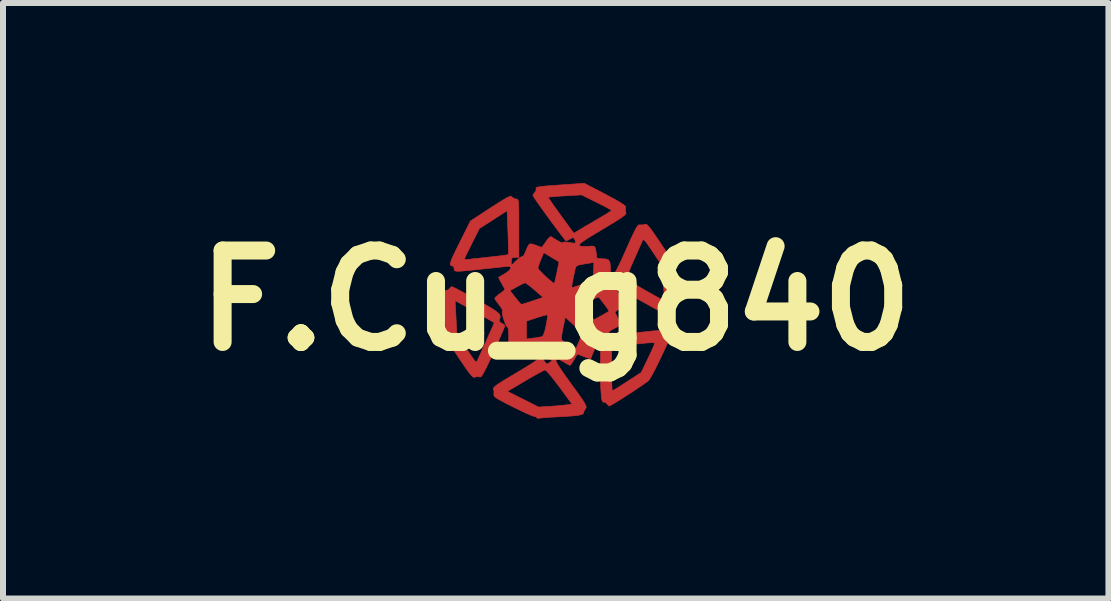
<source format=kicad_pcb>
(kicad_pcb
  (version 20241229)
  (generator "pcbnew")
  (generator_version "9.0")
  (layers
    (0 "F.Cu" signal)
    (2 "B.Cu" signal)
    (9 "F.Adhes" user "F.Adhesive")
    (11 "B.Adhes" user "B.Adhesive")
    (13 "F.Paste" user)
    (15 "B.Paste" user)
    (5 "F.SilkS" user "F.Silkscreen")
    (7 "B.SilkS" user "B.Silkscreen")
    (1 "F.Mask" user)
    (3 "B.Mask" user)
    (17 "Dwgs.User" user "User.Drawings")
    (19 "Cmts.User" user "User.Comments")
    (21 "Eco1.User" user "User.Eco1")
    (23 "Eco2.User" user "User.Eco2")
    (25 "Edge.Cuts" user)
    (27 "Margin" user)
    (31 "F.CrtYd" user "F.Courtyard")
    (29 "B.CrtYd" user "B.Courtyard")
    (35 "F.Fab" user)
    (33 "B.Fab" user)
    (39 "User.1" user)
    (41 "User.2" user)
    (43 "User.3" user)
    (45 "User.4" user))
  (footprint "F.Cu_g840"
    (layer "F.Cu")
    (at 6.212 1.96)
    (property "Reference" "F.Cu_g840" (at 0 0 0) (layer "F.SilkS") (effects (font (size 1.524 1.524) (thickness 0.3))))
    (attr through_hole)
    (fp_poly (pts (xy -1.705 -0.222) (xy -1.648 -0.194) (xy -1.567 -0.151) (xy -1.465 -0.096) (xy -1.351 -0.033) (xy -1.312 -0.011) (xy -1.179 0.064) (xy -1.078 0.123) (xy -1.006 0.169) (xy -0.959 0.205) (xy -0.934 0.235) (xy -0.925 0.262) (xy -0.929 0.29) (xy -0.94 0.319) (xy -0.936 0.352) (xy -0.9 0.377) (xy -0.861 0.4) (xy -0.847 0.418) (xy -0.855 0.442) (xy -0.878 0.498) (xy -0.914 0.581) (xy -0.959 0.686) (xy -1.012 0.806) (xy -1.036 0.858) (xy -1.109 1.018) (xy -1.168 1.14) (xy -1.212 1.223) (xy -1.241 1.266) (xy -1.253 1.273) (xy -1.316 1.267) (xy -1.356 1.279) (xy -1.375 1.275) (xy -1.403 1.25) (xy -1.445 1.2) (xy -1.502 1.121) (xy -1.577 1.01) (xy -1.597 0.982) (xy -1.664 0.879) (xy -1.723 0.789) (xy -1.769 0.716) (xy -1.798 0.666) (xy -1.807 0.647) (xy -1.821 0.608) (xy -1.824 0.603) (xy -1.829 0.576) (xy -1.834 0.514) (xy -1.841 0.424) (xy -1.847 0.313) (xy -1.851 0.206) (xy -1.857 0.072) (xy -1.859 -0.000273) (xy -1.677 -0.000273) (xy -1.662 0.28) (xy -1.648 0.561) (xy -1.487 0.804) (xy -1.423 0.9) (xy -1.378 0.965) (xy -1.348 1.003) (xy -1.328 1.019) (xy -1.316 1.015) (xy -1.305 0.998) (xy -1.304 0.995) (xy -1.287 0.958) (xy -1.256 0.89) (xy -1.216 0.801) (xy -1.17 0.698) (xy -1.151 0.657) (xy -1.106 0.556) (xy -1.068 0.471) (xy -1.04 0.407) (xy -1.026 0.372) (xy -1.024 0.368) (xy -1.042 0.357) (xy -1.092 0.329) (xy -1.166 0.287) (xy -1.259 0.234) (xy -1.352 0.182) (xy -1.677 -0.000273) (xy -1.859 -0.000273) (xy -1.86 -0.026) (xy -1.86 -0.093) (xy -1.857 -0.135) (xy -1.851 -0.158) (xy -1.841 -0.167) (xy -1.826 -0.169) (xy -1.825 -0.169) (xy -1.784 -0.183) (xy -1.77 -0.201) (xy -1.745 -0.229) (xy -1.731 -0.232) (xy -1.705 -0.222)) (stroke (width 0.01) (type solid)) (fill yes) (layer "F.Cu"))
    (fp_poly (pts (xy 0.826 -1.773) (xy 0.963 -1.7) (xy 1.066 -1.641) (xy 1.134 -1.597) (xy 1.165 -1.569) (xy 1.167 -1.563) (xy 1.161 -1.499) (xy 1.172 -1.46) (xy 1.167 -1.444) (xy 1.14 -1.417) (xy 1.087 -1.378) (xy 1.005 -1.325) (xy 0.892 -1.256) (xy 0.776 -1.186) (xy 0.639 -1.104) (xy 0.536 -1.041) (xy 0.463 -0.993) (xy 0.416 -0.959) (xy 0.393 -0.935) (xy 0.39 -0.921) (xy 0.392 -0.917) (xy 0.434 -0.902) (xy 0.515 -0.902) (xy 0.534 -0.903) (xy 0.601 -0.909) (xy 0.637 -0.905) (xy 0.655 -0.889) (xy 0.663 -0.865) (xy 0.674 -0.803) (xy 0.677 -0.757) (xy 0.683 -0.716) (xy 0.707 -0.701) (xy 0.746 -0.698) (xy 0.829 -0.695) (xy 0.878 -0.679) (xy 0.902 -0.645) (xy 0.91 -0.583) (xy 0.91 -0.552) (xy 0.912 -0.483) (xy 0.921 -0.445) (xy 0.939 -0.431) (xy 0.948 -0.43) (xy 0.964 -0.437) (xy 0.987 -0.464) (xy 1.016 -0.515) (xy 1.056 -0.593) (xy 1.107 -0.703) (xy 1.172 -0.848) (xy 1.173 -0.85) (xy 1.235 -0.99) (xy 1.284 -1.095) (xy 1.32 -1.17) (xy 1.348 -1.22) (xy 1.369 -1.249) (xy 1.386 -1.262) (xy 1.402 -1.262) (xy 1.404 -1.262) (xy 1.458 -1.262) (xy 1.484 -1.272) (xy 1.501 -1.275) (xy 1.521 -1.265) (xy 1.548 -1.238) (xy 1.587 -1.19) (xy 1.639 -1.116) (xy 1.71 -1.012) (xy 1.738 -0.97) (xy 1.954 -0.647) (xy 1.97 -0.456) (xy 1.979 -0.344) (xy 1.987 -0.213) (xy 1.995 -0.086) (xy 1.996 -0.048) (xy 2.001 0.05) (xy 2.001 0.113) (xy 1.997 0.149) (xy 1.987 0.165) (xy 1.97 0.169) (xy 1.969 0.169) (xy 1.929 0.186) (xy 1.902 0.213) (xy 1.892 0.227) (xy 1.878 0.234) (xy 1.856 0.232) (xy 1.821 0.22) (xy 1.769 0.195) (xy 1.694 0.155) (xy 1.592 0.099) (xy 1.46 0.025) (xy 1.322 -0.052) (xy 1.215 -0.11) (xy 1.137 -0.149) (xy 1.083 -0.173) (xy 1.05 -0.182) (xy 1.033 -0.179) (xy 1.03 -0.176) (xy 1.031 -0.141) (xy 1.064 -0.085) (xy 1.092 -0.049) (xy 1.136 0.007) (xy 1.154 0.041) (xy 1.15 0.062) (xy 1.14 0.072) (xy 1.102 0.101) (xy 1.053 0.14) (xy 1.048 0.144) (xy 0.987 0.192) (xy 1.034 0.289) (xy 1.062 0.355) (xy 1.063 0.4) (xy 1.033 0.434) (xy 0.968 0.469) (xy 0.957 0.474) (xy 0.902 0.508) (xy 0.875 0.543) (xy 0.88 0.57) (xy 0.915 0.581) (xy 0.941 0.58) (xy 0.983 0.575) (xy 1.056 0.566) (xy 1.152 0.556) (xy 1.263 0.544) (xy 1.382 0.531) (xy 1.501 0.519) (xy 1.612 0.507) (xy 1.707 0.498) (xy 1.778 0.491) (xy 1.818 0.487) (xy 1.823 0.487) (xy 1.838 0.505) (xy 1.841 0.528) (xy 1.858 0.572) (xy 1.878 0.59) (xy 1.889 0.6) (xy 1.892 0.62) (xy 1.884 0.653) (xy 1.864 0.705) (xy 1.83 0.782) (xy 1.78 0.889) (xy 1.751 0.951) (xy 1.696 1.064) (xy 1.645 1.166) (xy 1.601 1.249) (xy 1.567 1.306) (xy 1.551 1.33) (xy 1.521 1.354) (xy 1.464 1.395) (xy 1.387 1.447) (xy 1.298 1.507) (xy 1.203 1.568) (xy 1.11 1.628) (xy 1.025 1.682) (xy 0.955 1.724) (xy 0.909 1.75) (xy 0.892 1.757) (xy 0.868 1.74) (xy 0.86 1.725) (xy 0.831 1.699) (xy 0.807 1.693) (xy 0.788 1.689) (xy 0.775 1.673) (xy 0.766 1.636) (xy 0.759 1.572) (xy 0.752 1.476) (xy 0.747 1.362) (xy 0.744 1.225) (xy 0.743 1.086) (xy 0.745 0.995) (xy 0.75 0.768) (xy 0.931 0.768) (xy 0.931 1.135) (xy 0.932 1.255) (xy 0.934 1.358) (xy 0.937 1.438) (xy 0.941 1.489) (xy 0.944 1.503) (xy 0.965 1.492) (xy 1.015 1.462) (xy 1.087 1.417) (xy 1.172 1.362) (xy 1.191 1.35) (xy 1.425 1.198) (xy 1.538 0.964) (xy 1.581 0.873) (xy 1.617 0.795) (xy 1.641 0.738) (xy 1.651 0.712) (xy 1.651 0.711) (xy 1.645 0.705) (xy 1.625 0.702) (xy 1.586 0.702) (xy 1.523 0.706) (xy 1.432 0.714) (xy 1.308 0.727) (xy 1.148 0.744) (xy 0.931 0.768) (xy 0.75 0.768) (xy 0.751 0.73) (xy 0.822 0.723) (xy 0.87 0.714) (xy 0.883 0.694) (xy 0.88 0.685) (xy 0.869 0.642) (xy 0.868 0.629) (xy 0.855 0.629) (xy 0.82 0.654) (xy 0.782 0.689) (xy 0.733 0.733) (xy 0.696 0.761) (xy 0.682 0.765) (xy 0.667 0.779) (xy 0.643 0.822) (xy 0.626 0.86) (xy 0.602 0.919) (xy 0.586 0.959) (xy 0.581 0.969) (xy 0.561 0.965) (xy 0.513 0.949) (xy 0.469 0.933) (xy 0.361 0.89) (xy 0.305 0.985) (xy 0.272 1.038) (xy 0.247 1.073) (xy 0.238 1.079) (xy 0.215 1.069) (xy 0.169 1.043) (xy 0.129 1.019) (xy 0.067 0.985) (xy 0.03 0.974) (xy 0.007 0.985) (xy 0.006 0.985) (xy 0.004 1.002) (xy 0.017 1.035) (xy 0.048 1.088) (xy 0.098 1.165) (xy 0.17 1.268) (xy 0.256 1.387) (xy 0.346 1.51) (xy 0.413 1.605) (xy 0.46 1.674) (xy 0.489 1.723) (xy 0.504 1.756) (xy 0.508 1.779) (xy 0.502 1.794) (xy 0.498 1.799) (xy 0.472 1.841) (xy 0.466 1.867) (xy 0.459 1.884) (xy 0.437 1.897) (xy 0.394 1.908) (xy 0.324 1.918) (xy 0.225 1.926) (xy 0.09 1.934) (xy 0.021 1.938) (xy -0.083 1.943) (xy -0.175 1.95) (xy -0.243 1.956) (xy -0.28 1.961) (xy -0.28 1.961) (xy -0.311 1.959) (xy -0.318 1.948) (xy -0.33 1.933) (xy -0.338 1.936) (xy -0.362 1.931) (xy -0.418 1.909) (xy -0.499 1.874) (xy -0.598 1.827) (xy -0.7 1.777) (xy -0.822 1.716) (xy -0.911 1.669) (xy -0.972 1.634) (xy -1.009 1.608) (xy -1.027 1.588) (xy -1.031 1.57) (xy -1.03 1.562) (xy -1.029 1.513) (xy -0.806 1.513) (xy -0.546 1.643) (xy -0.286 1.774) (xy -0.106 1.763) (xy -0.008 1.756) (xy 0.088 1.748) (xy 0.163 1.74) (xy 0.172 1.739) (xy 0.271 1.725) (xy 0.062 1.439) (xy -0.01 1.345) (xy -0.074 1.263) (xy -0.127 1.201) (xy -0.164 1.164) (xy -0.178 1.156) (xy -0.205 1.167) (xy -0.262 1.197) (xy -0.342 1.241) (xy -0.438 1.295) (xy -0.507 1.336) (xy -0.806 1.513) (xy -1.029 1.513) (xy -1.029 1.508) (xy -1.038 1.48) (xy -1.04 1.465) (xy -1.03 1.447) (xy -1.002 1.422) (xy -0.954 1.387) (xy -0.88 1.34) (xy -0.777 1.277) (xy -0.657 1.206) (xy -0.519 1.123) (xy -0.414 1.058) (xy -0.339 1.008) (xy -0.291 0.972) (xy -0.289 0.969) (xy -0.209 0.969) (xy -0.194 1.002) (xy -0.185 1.016) (xy -0.159 1.051) (xy -0.133 1.053) (xy -0.094 1.028) (xy -0.066 1.003) (xy -0.071 0.987) (xy -0.111 0.973) (xy -0.143 0.967) (xy -0.194 0.96) (xy -0.209 0.969) (xy -0.289 0.969) (xy -0.266 0.945) (xy -0.26 0.929) (xy -0.275 0.899) (xy -0.296 0.898) (xy -0.335 0.906) (xy -0.398 0.916) (xy -0.429 0.92) (xy -0.489 0.927) (xy -0.519 0.923) (xy -0.528 0.904) (xy -0.529 0.882) (xy -0.533 0.823) (xy -0.542 0.765) (xy -0.552 0.726) (xy -0.571 0.707) (xy -0.609 0.7) (xy -0.669 0.699) (xy -0.783 0.699) (xy -0.783 0.642) (xy 0.094 0.642) (xy 0.094 0.648) (xy 0.116 0.671) (xy 0.161 0.704) (xy 0.217 0.738) (xy 0.274 0.768) (xy 0.319 0.786) (xy 0.34 0.787) (xy 0.355 0.761) (xy 0.378 0.708) (xy 0.4 0.656) (xy 0.448 0.54) (xy 0.159 0.276) (xy 0.123 0.45) (xy 0.107 0.533) (xy 0.097 0.601) (xy 0.094 0.642) (xy -0.783 0.642) (xy -0.783 0.572) (xy -0.786 0.505) (xy -0.794 0.459) (xy -0.802 0.445) (xy -0.82 0.426) (xy -0.842 0.381) (xy -0.856 0.342) (xy -0.487 0.342) (xy -0.487 0.639) (xy -0.376 0.625) (xy -0.306 0.615) (xy -0.25 0.605) (xy -0.23 0.601) (xy -0.208 0.578) (xy -0.185 0.52) (xy -0.163 0.423) (xy -0.162 0.419) (xy -0.147 0.339) (xy -0.138 0.276) (xy -0.135 0.241) (xy -0.136 0.238) (xy -0.159 0.24) (xy -0.212 0.253) (xy -0.285 0.275) (xy -0.316 0.285) (xy -0.487 0.342) (xy -0.856 0.342) (xy -0.864 0.32) (xy -0.882 0.257) (xy -0.893 0.205) (xy -0.891 0.175) (xy -0.888 0.173) (xy -0.888 0.154) (xy -0.911 0.114) (xy -0.941 0.074) (xy -0.943 0.071) (xy 0.375 0.071) (xy 0.392 0.091) (xy 0.434 0.131) (xy 0.491 0.184) (xy 0.511 0.202) (xy 0.641 0.318) (xy 0.76 0.252) (xy 0.822 0.216) (xy 0.868 0.19) (xy 0.887 0.178) (xy 0.879 0.159) (xy 0.851 0.116) (xy 0.808 0.058) (xy 0.806 0.055) (xy 0.717 -0.06) (xy 0.544 -0.002) (xy 0.467 0.026) (xy 0.408 0.05) (xy 0.378 0.067) (xy 0.375 0.071) (xy -0.943 0.071) (xy -0.982 0.02) (xy -1.01 -0.022) (xy -1.016 -0.038) (xy -1 -0.06) (xy -0.959 -0.096) (xy -0.931 -0.116) (xy -0.882 -0.152) (xy -0.866 -0.166) (xy -0.762 -0.166) (xy -0.672 -0.051) (xy -0.626 0.006) (xy -0.59 0.047) (xy -0.571 0.063) (xy -0.571 0.064) (xy -0.547 0.057) (xy -0.492 0.04) (xy -0.418 0.016) (xy -0.384 0.005) (xy -0.21 -0.054) (xy -0.35 -0.175) (xy -0.415 -0.23) (xy -0.425 -0.237) (xy 0.268 -0.237) (xy 0.273 -0.22) (xy 0.29 -0.22) (xy 0.301 -0.224) (xy 0.341 -0.237) (xy 0.408 -0.259) (xy 0.483 -0.284) (xy 0.624 -0.332) (xy 0.626 -0.374) (xy 0.993 -0.374) (xy 0.994 -0.333) (xy 1.001 -0.305) (xy 1.025 -0.228) (xy 1.064 -0.277) (xy 1.09 -0.313) (xy 1.089 -0.335) (xy 1.067 -0.354) (xy 1.056 -0.36) (xy 1.181 -0.36) (xy 1.183 -0.354) (xy 1.206 -0.338) (xy 1.259 -0.306) (xy 1.333 -0.263) (xy 1.42 -0.212) (xy 1.513 -0.159) (xy 1.605 -0.107) (xy 1.687 -0.061) (xy 1.752 -0.026) (xy 1.793 -0.005) (xy 1.802 -0.001) (xy 1.809 -0.019) (xy 1.81 -0.064) (xy 1.808 -0.079) (xy 1.804 -0.136) (xy 1.799 -0.221) (xy 1.793 -0.318) (xy 1.791 -0.363) (xy 1.782 -0.567) (xy 1.622 -0.806) (xy 1.558 -0.901) (xy 1.513 -0.965) (xy 1.483 -1.002) (xy 1.464 -1.016) (xy 1.452 -1.011) (xy 1.442 -0.993) (xy 1.427 -0.956) (xy 1.397 -0.889) (xy 1.358 -0.8) (xy 1.312 -0.697) (xy 1.293 -0.657) (xy 1.248 -0.553) (xy 1.213 -0.465) (xy 1.19 -0.398) (xy 1.181 -0.36) (xy 1.056 -0.36) (xy 1.018 -0.381) (xy 0.993 -0.374) (xy 0.626 -0.374) (xy 0.637 -0.639) (xy 0.578 -0.627) (xy 0.518 -0.617) (xy 0.444 -0.605) (xy 0.429 -0.603) (xy 0.366 -0.588) (xy 0.335 -0.563) (xy 0.328 -0.543) (xy 0.318 -0.499) (xy 0.304 -0.43) (xy 0.288 -0.354) (xy 0.273 -0.279) (xy 0.268 -0.237) (xy -0.425 -0.237) (xy -0.469 -0.271) (xy -0.504 -0.294) (xy -0.51 -0.296) (xy -0.538 -0.287) (xy -0.59 -0.261) (xy -0.646 -0.231) (xy -0.762 -0.166) (xy -0.866 -0.166) (xy -0.852 -0.178) (xy -0.847 -0.184) (xy -0.856 -0.206) (xy -0.882 -0.252) (xy -0.902 -0.288) (xy -0.932 -0.342) (xy -0.949 -0.379) (xy -0.95 -0.389) (xy -0.928 -0.402) (xy -0.882 -0.429) (xy -0.845 -0.45) (xy -0.788 -0.49) (xy -0.754 -0.528) (xy -0.752 -0.541) (xy -0.297 -0.541) (xy -0.283 -0.519) (xy -0.246 -0.479) (xy -0.196 -0.429) (xy -0.14 -0.377) (xy -0.087 -0.33) (xy -0.046 -0.298) (xy -0.024 -0.287) (xy -0.024 -0.287) (xy -0.016 -0.31) (xy -0.003 -0.365) (xy 0.014 -0.44) (xy 0.02 -0.47) (xy 0.055 -0.646) (xy -0.073 -0.723) (xy -0.2 -0.8) (xy -0.248 -0.682) (xy -0.274 -0.616) (xy -0.292 -0.563) (xy -0.297 -0.541) (xy -0.752 -0.541) (xy -0.748 -0.557) (xy -0.774 -0.571) (xy -0.781 -0.571) (xy -0.812 -0.569) (xy -0.878 -0.563) (xy -0.971 -0.553) (xy -1.084 -0.541) (xy -1.196 -0.529) (xy -1.353 -0.512) (xy -1.473 -0.5) (xy -1.561 -0.492) (xy -1.621 -0.489) (xy -1.66 -0.491) (xy -1.682 -0.497) (xy -1.691 -0.509) (xy -1.693 -0.524) (xy -1.693 -0.529) (xy -1.7 -0.564) (xy -1.709 -0.572) (xy -1.739 -0.582) (xy -1.753 -0.59) (xy -1.759 -0.605) (xy -1.752 -0.638) (xy -1.734 -0.689) (xy -1.524 -0.689) (xy -1.505 -0.685) (xy -1.458 -0.687) (xy -1.434 -0.689) (xy -1.378 -0.696) (xy -1.292 -0.705) (xy -1.186 -0.717) (xy -1.074 -0.729) (xy -1.073 -0.729) (xy -0.97 -0.741) (xy -0.884 -0.751) (xy -0.822 -0.761) (xy -0.793 -0.767) (xy -0.791 -0.768) (xy -0.789 -0.791) (xy -0.788 -0.85) (xy -0.79 -0.937) (xy -0.793 -1.044) (xy -0.796 -1.138) (xy -0.811 -1.498) (xy -1.273 -1.2) (xy -1.398 -0.95) (xy -1.445 -0.856) (xy -1.484 -0.777) (xy -1.511 -0.719) (xy -1.524 -0.69) (xy -1.524 -0.689) (xy -1.734 -0.689) (xy -1.732 -0.694) (xy -1.695 -0.776) (xy -1.64 -0.889) (xy -1.601 -0.967) (xy -1.434 -1.302) (xy -1.418 -1.302) (xy -1.408 -1.291) (xy -1.397 -1.302) (xy -1.408 -1.312) (xy -1.418 -1.302) (xy -1.434 -1.302) (xy -1.421 -1.327) (xy -1.088 -1.544) (xy -0.97 -1.62) (xy -0.882 -1.675) (xy -0.819 -1.712) (xy -0.777 -1.732) (xy -0.751 -1.738) (xy -0.735 -1.733) (xy -0.729 -1.727) (xy -0.689 -1.699) (xy -0.659 -1.693) (xy -0.645 -1.692) (xy -0.634 -1.686) (xy -0.626 -1.669) (xy -0.62 -1.636) (xy -0.617 -1.583) (xy -0.615 -1.504) (xy -0.614 -1.394) (xy -0.614 -1.249) (xy -0.614 -1.206) (xy -0.614 -0.72) (xy -0.677 -0.72) (xy -0.721 -0.715) (xy -0.738 -0.692) (xy -0.741 -0.652) (xy -0.741 -0.584) (xy -0.658 -0.665) (xy -0.609 -0.707) (xy -0.571 -0.732) (xy -0.556 -0.734) (xy -0.539 -0.745) (xy -0.515 -0.787) (xy -0.498 -0.828) (xy -0.472 -0.89) (xy -0.446 -0.933) (xy -0.434 -0.945) (xy -0.398 -0.944) (xy -0.344 -0.928) (xy -0.328 -0.922) (xy -0.275 -0.901) (xy -0.24 -0.89) (xy -0.236 -0.889) (xy -0.218 -0.905) (xy -0.186 -0.948) (xy -0.162 -0.984) (xy -0.121 -1.04) (xy -0.089 -1.065) (xy -0.077 -1.065) (xy -0.045 -1.046) (xy 0.006 -1.014) (xy 0.031 -0.999) (xy 0.081 -0.972) (xy 0.115 -0.964) (xy 0.122 -0.968) (xy 0.147 -0.979) (xy 0.211 -0.972) (xy 0.225 -0.969) (xy 0.294 -0.957) (xy 0.328 -0.961) (xy 0.332 -0.984) (xy 0.318 -1.016) (xy 0.298 -1.046) (xy 0.275 -1.047) (xy 0.241 -1.027) (xy 0.197 -1.004) (xy 0.17 -0.999) (xy 0.152 -1.017) (xy 0.115 -1.064) (xy 0.062 -1.134) (xy -0.002 -1.219) (xy -0.073 -1.314) (xy -0.145 -1.414) (xy -0.215 -1.511) (xy -0.278 -1.599) (xy -0.33 -1.673) (xy -0.361 -1.721) (xy -0.127 -1.721) (xy -0.115 -1.702) (xy -0.082 -1.654) (xy -0.033 -1.583) (xy 0.03 -1.496) (xy 0.087 -1.417) (xy 0.301 -1.122) (xy 0.389 -1.175) (xy 0.442 -1.207) (xy 0.521 -1.254) (xy 0.615 -1.309) (xy 0.703 -1.36) (xy 0.79 -1.412) (xy 0.861 -1.455) (xy 0.91 -1.487) (xy 0.93 -1.503) (xy 0.931 -1.504) (xy 0.913 -1.517) (xy 0.864 -1.544) (xy 0.792 -1.583) (xy 0.702 -1.628) (xy 0.681 -1.638) (xy 0.431 -1.762) (xy 0.152 -1.746) (xy 0.049 -1.74) (xy -0.037 -1.733) (xy -0.098 -1.727) (xy -0.126 -1.722) (xy -0.127 -1.721) (xy -0.361 -1.721) (xy -0.365 -1.727) (xy -0.381 -1.754) (xy -0.381 -1.755) (xy -0.367 -1.782) (xy -0.349 -1.8) (xy -0.327 -1.838) (xy -0.328 -1.863) (xy -0.329 -1.876) (xy -0.318 -1.886) (xy -0.29 -1.894) (xy -0.241 -1.902) (xy -0.164 -1.91) (xy -0.055 -1.918) (xy 0.068 -1.927) (xy 0.476 -1.955) (xy 0.826 -1.773)) (stroke (width 0.01) (type solid)) (fill yes) (layer "F.Cu")))
  (gr_rect
    (start -3 -3)
    (end 15.424 6.926)
    (stroke (width 0.1) (type default))
    (fill no)
    (layer "Edge.Cuts")))
</source>
